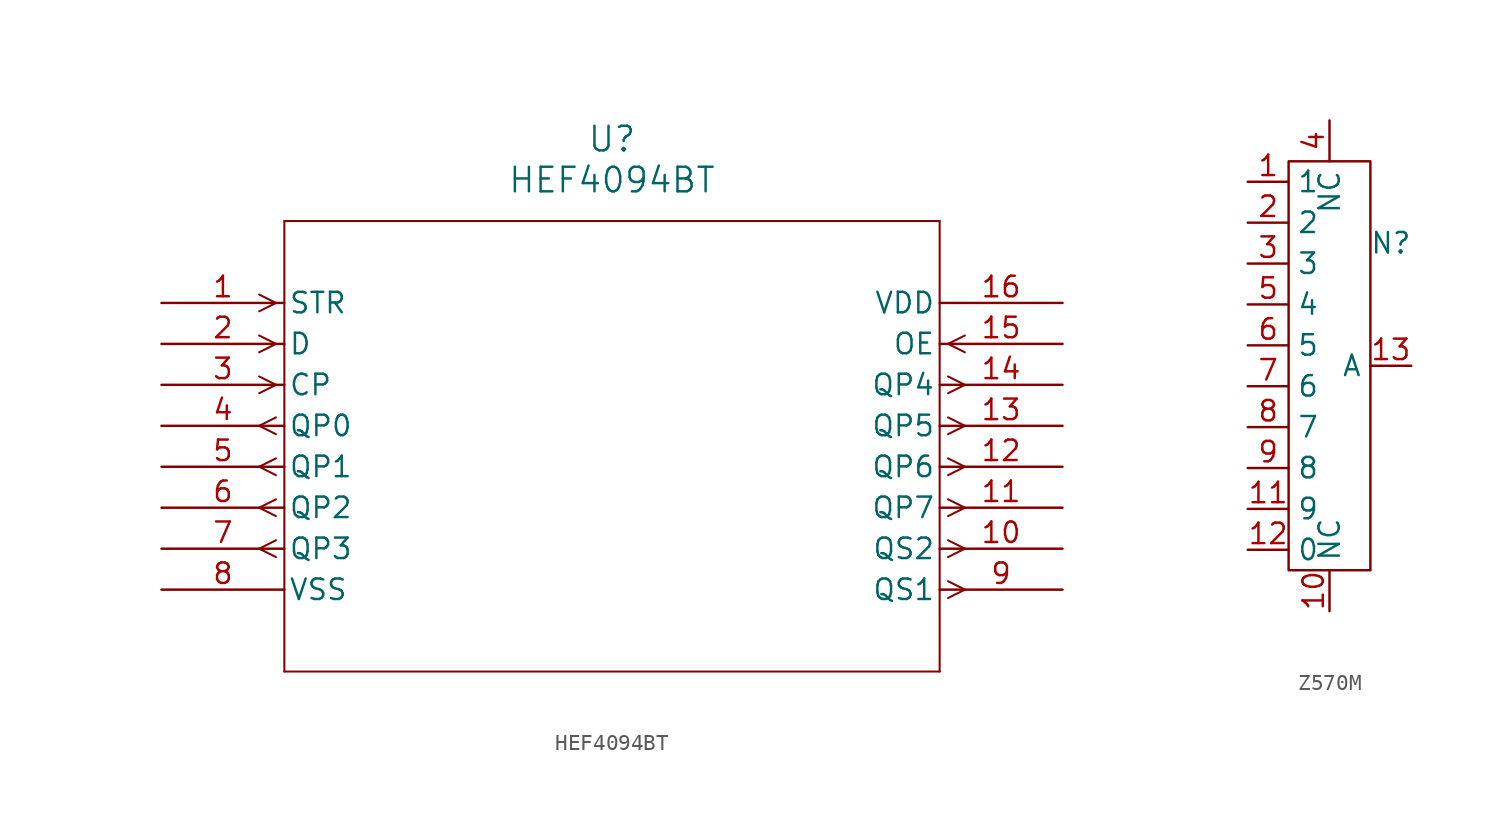
<source format=kicad_sym>
(kicad_symbol_lib
  (version 20220914)
  (generator kicad_symbol_editor)
  (symbol "HEF4094BT"
    (pin_names
      (offset 0.254))
    (property "Reference" "U"
      (at 27.94 10.16 0)
      (effects (font (size 1.524 1.524))))
    (property "Value" "HEF4094BT"
      (at 27.94 7.62 0)
      (effects (font (size 1.524 1.524))))
    (property "ki_locked" ""
      (at 0 0 0)
      (effects (font (size 1.27 1.27))))
    (symbol "HEF4094BT_0_1"
      (polyline (pts (xy 7.099 -15.761) (xy 6.058 -15.24)) (stroke (width 0.127) (type default)) (fill (type none)))
      (polyline (pts (xy 7.099 -14.719) (xy 6.058 -15.24)) (stroke (width 0.127) (type default)) (fill (type none)))
      (polyline (pts (xy 7.099 -13.221) (xy 6.058 -12.7)) (stroke (width 0.127) (type default)) (fill (type none)))
      (polyline (pts (xy 7.099 -12.179) (xy 6.058 -12.7)) (stroke (width 0.127) (type default)) (fill (type none)))
      (polyline (pts (xy 7.099 -10.681) (xy 6.058 -10.16)) (stroke (width 0.127) (type default)) (fill (type none)))
      (polyline (pts (xy 7.099 -9.639) (xy 6.058 -10.16)) (stroke (width 0.127) (type default)) (fill (type none)))
      (polyline (pts (xy 7.099 -8.141) (xy 6.058 -7.62)) (stroke (width 0.127) (type default)) (fill (type none)))
      (polyline (pts (xy 7.099 -7.099) (xy 6.058 -7.62)) (stroke (width 0.127) (type default)) (fill (type none)))
      (polyline (pts (xy 7.099 -5.08) (xy 6.058 -5.601)) (stroke (width 0.127) (type default)) (fill (type none)))
      (polyline (pts (xy 7.099 -5.08) (xy 6.058 -4.559)) (stroke (width 0.127) (type default)) (fill (type none)))
      (polyline (pts (xy 7.099 -2.54) (xy 6.058 -3.061)) (stroke (width 0.127) (type default)) (fill (type none)))
      (polyline (pts (xy 7.099 -2.54) (xy 6.058 -2.019)) (stroke (width 0.127) (type default)) (fill (type none)))
      (polyline (pts (xy 7.099 0) (xy 6.058 -0.521)) (stroke (width 0.127) (type default)) (fill (type none)))
      (polyline (pts (xy 7.099 0) (xy 6.058 0.521)) (stroke (width 0.127) (type default)) (fill (type none)))
      (polyline (pts (xy 7.62 -22.86) (xy 48.26 -22.86)) (stroke (width 0.127) (type default)) (fill (type none)))
      (polyline (pts (xy 7.62 5.08) (xy 7.62 -22.86)) (stroke (width 0.127) (type default)) (fill (type none)))
      (polyline (pts (xy 48.26 -22.86) (xy 48.26 5.08)) (stroke (width 0.127) (type default)) (fill (type none)))
      (polyline (pts (xy 48.26 5.08) (xy 7.62 5.08)) (stroke (width 0.127) (type default)) (fill (type none)))
      (polyline (pts (xy 48.781 -18.301) (xy 49.822 -17.78)) (stroke (width 0.127) (type default)) (fill (type none)))
      (polyline (pts (xy 48.781 -17.259) (xy 49.822 -17.78)) (stroke (width 0.127) (type default)) (fill (type none)))
      (polyline (pts (xy 48.781 -15.761) (xy 49.822 -15.24)) (stroke (width 0.127) (type default)) (fill (type none)))
      (polyline (pts (xy 48.781 -14.719) (xy 49.822 -15.24)) (stroke (width 0.127) (type default)) (fill (type none)))
      (polyline (pts (xy 48.781 -13.221) (xy 49.822 -12.7)) (stroke (width 0.127) (type default)) (fill (type none)))
      (polyline (pts (xy 48.781 -12.179) (xy 49.822 -12.7)) (stroke (width 0.127) (type default)) (fill (type none)))
      (polyline (pts (xy 48.781 -10.681) (xy 49.822 -10.16)) (stroke (width 0.127) (type default)) (fill (type none)))
      (polyline (pts (xy 48.781 -9.639) (xy 49.822 -10.16)) (stroke (width 0.127) (type default)) (fill (type none)))
      (polyline (pts (xy 48.781 -8.141) (xy 49.822 -7.62)) (stroke (width 0.127) (type default)) (fill (type none)))
      (polyline (pts (xy 48.781 -7.099) (xy 49.822 -7.62)) (stroke (width 0.127) (type default)) (fill (type none)))
      (polyline (pts (xy 48.781 -5.601) (xy 49.822 -5.08)) (stroke (width 0.127) (type default)) (fill (type none)))
      (polyline (pts (xy 48.781 -4.559) (xy 49.822 -5.08)) (stroke (width 0.127) (type default)) (fill (type none)))
      (polyline (pts (xy 48.781 -2.54) (xy 49.822 -3.061)) (stroke (width 0.127) (type default)) (fill (type none)))
      (polyline (pts (xy 48.781 -2.54) (xy 49.822 -2.019)) (stroke (width 0.127) (type default)) (fill (type none)))
      (pin input line (at 0 0 0) (length 7.62) (name "STR" (effects (font (size 1.27 1.27)))) (number "1" (effects (font (size 1.27 1.27)))))
      (pin output line (at 55.88 -15.24 180) (length 7.62) (name "QS2" (effects (font (size 1.27 1.27)))) (number "10" (effects (font (size 1.27 1.27)))))
      (pin output line (at 55.88 -12.7 180) (length 7.62) (name "QP7" (effects (font (size 1.27 1.27)))) (number "11" (effects (font (size 1.27 1.27)))))
      (pin output line (at 55.88 -10.16 180) (length 7.62) (name "QP6" (effects (font (size 1.27 1.27)))) (number "12" (effects (font (size 1.27 1.27)))))
      (pin output line (at 55.88 -7.62 180) (length 7.62) (name "QP5" (effects (font (size 1.27 1.27)))) (number "13" (effects (font (size 1.27 1.27)))))
      (pin output line (at 55.88 -5.08 180) (length 7.62) (name "QP4" (effects (font (size 1.27 1.27)))) (number "14" (effects (font (size 1.27 1.27)))))
      (pin input line (at 55.88 -2.54 180) (length 7.62) (name "OE" (effects (font (size 1.27 1.27)))) (number "15" (effects (font (size 1.27 1.27)))))
      (pin power_in line (at 55.88 0 180) (length 7.62) (name "VDD" (effects (font (size 1.27 1.27)))) (number "16" (effects (font (size 1.27 1.27)))))
      (pin input line (at 0 -2.54 0) (length 7.62) (name "D" (effects (font (size 1.27 1.27)))) (number "2" (effects (font (size 1.27 1.27)))))
      (pin input line (at 0 -5.08 0) (length 7.62) (name "CP" (effects (font (size 1.27 1.27)))) (number "3" (effects (font (size 1.27 1.27)))))
      (pin output line (at 0 -7.62 0) (length 7.62) (name "QP0" (effects (font (size 1.27 1.27)))) (number "4" (effects (font (size 1.27 1.27)))))
      (pin output line (at 0 -10.16 0) (length 7.62) (name "QP1" (effects (font (size 1.27 1.27)))) (number "5" (effects (font (size 1.27 1.27)))))
      (pin output line (at 0 -12.7 0) (length 7.62) (name "QP2" (effects (font (size 1.27 1.27)))) (number "6" (effects (font (size 1.27 1.27)))))
      (pin output line (at 0 -15.24 0) (length 7.62) (name "QP3" (effects (font (size 1.27 1.27)))) (number "7" (effects (font (size 1.27 1.27)))))
      (pin power_in line (at 0 -17.78 0) (length 7.62) (name "VSS" (effects (font (size 1.27 1.27)))) (number "8" (effects (font (size 1.27 1.27)))))
      (pin output line (at 55.88 -17.78 180) (length 7.62) (name "QS1" (effects (font (size 1.27 1.27)))) (number "9" (effects (font (size 1.27 1.27)))))))
  (symbol "Z570M"
    (property "Reference" "N"
      (at 3.81 7.62 0)
      (effects (font (size 1.27 1.27))))
    (property "Value" ""
      (at 0 0 0)
      (effects (font (size 1.27 1.27))))
    (symbol "Z570M_0_1"
      (rectangle (start -2.54 12.7) (end 2.54 -12.7) (stroke (width 0) (type default)) (fill (type none))))
    (symbol "Z570M_1_1"
      (pin input line (at -5.08 11.43 0) (length 2.54) (name "1" (effects (font (size 1.27 1.27)))) (number "1" (effects (font (size 1.27 1.27)))))
      (pin input line (at 0 -15.24 90) (length 2.54) (name "NC" (effects (font (size 1.27 1.27)))) (number "10" (effects (font (size 1.27 1.27)))))
      (pin input line (at -5.08 -8.89 0) (length 2.54) (name "9" (effects (font (size 1.27 1.27)))) (number "11" (effects (font (size 1.27 1.27)))))
      (pin input line (at -5.08 -11.43 0) (length 2.54) (name "0" (effects (font (size 1.27 1.27)))) (number "12" (effects (font (size 1.27 1.27)))))
      (pin input line (at 5.08 0 180) (length 2.54) (name "A" (effects (font (size 1.27 1.27)))) (number "13" (effects (font (size 1.27 1.27)))))
      (pin input line (at -5.08 8.89 0) (length 2.54) (name "2" (effects (font (size 1.27 1.27)))) (number "2" (effects (font (size 1.27 1.27)))))
      (pin input line (at -5.08 6.35 0) (length 2.54) (name "3" (effects (font (size 1.27 1.27)))) (number "3" (effects (font (size 1.27 1.27)))))
      (pin input line (at 0 15.24 270) (length 2.54) (name "NC" (effects (font (size 1.27 1.27)))) (number "4" (effects (font (size 1.27 1.27)))))
      (pin input line (at -5.08 3.81 0) (length 2.54) (name "4" (effects (font (size 1.27 1.27)))) (number "5" (effects (font (size 1.27 1.27)))))
      (pin input line (at -5.08 1.27 0) (length 2.54) (name "5" (effects (font (size 1.27 1.27)))) (number "6" (effects (font (size 1.27 1.27)))))
      (pin input line (at -5.08 -1.27 0) (length 2.54) (name "6" (effects (font (size 1.27 1.27)))) (number "7" (effects (font (size 1.27 1.27)))))
      (pin input line (at -5.08 -3.81 0) (length 2.54) (name "7" (effects (font (size 1.27 1.27)))) (number "8" (effects (font (size 1.27 1.27)))))
      (pin input line (at -5.08 -6.35 0) (length 2.54) (name "8" (effects (font (size 1.27 1.27)))) (number "9" (effects (font (size 1.27 1.27))))))))
</source>
